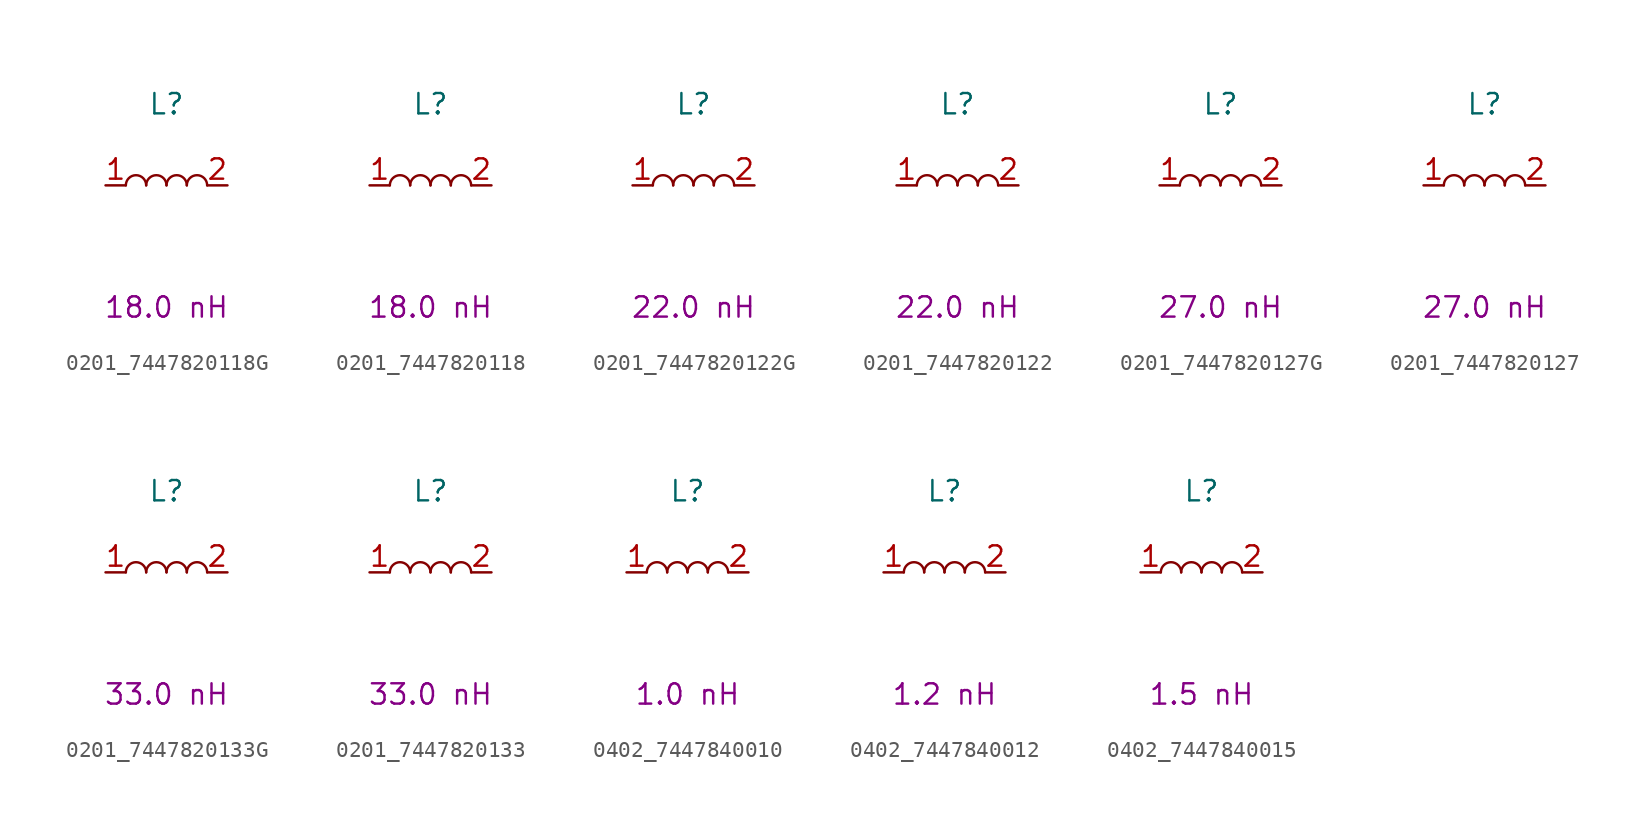
<source format=kicad_sym>
(kicad_symbol_lib
  (version 20220914)
  (generator kicad_symbol_editor)
  (symbol "0201_7447820118G"
    (pin_names hide)
    (property "Reference" "L"
      (at 0 5.08 0)
      (effects (font (size 1.27 1.27))))
    (property "Critical Parameter" "18.0 nH"
      (at 0 -7.62 0)
      (effects (font (size 1.27 1.27))))
    (symbol "0201_7447820118G_0_1"
      (arc (start -1.27 0) (mid -1.905 0.6323) (end -2.54 0) (stroke (width 0) (type default)) (fill (type none)))
      (arc (start 0 0) (mid -0.635 0.6323) (end -1.27 0) (stroke (width 0) (type default)) (fill (type none)))
      (arc (start 1.27 0) (mid 0.635 0.6323) (end 0 0) (stroke (width 0) (type default)) (fill (type none)))
      (arc (start 2.54 0) (mid 1.905 0.6323) (end 1.27 0) (stroke (width 0) (type default)) (fill (type none))))
    (symbol "0201_7447820118G_1_1"
      (pin passive line (at -3.81 0 0) (length 1.27) (name "1" (effects (font (size 1.27 1.27)))) (number "1" (effects (font (size 1.27 1.27)))))
      (pin passive line (at 3.81 0 180) (length 1.27) (name "2" (effects (font (size 1.27 1.27)))) (number "2" (effects (font (size 1.27 1.27)))))))
  (symbol "0201_7447820118"
    (pin_names hide)
    (property "Reference" "L"
      (at 0 5.08 0)
      (effects (font (size 1.27 1.27))))
    (property "Critical Parameter" "18.0 nH"
      (at 0 -7.62 0)
      (effects (font (size 1.27 1.27))))
    (symbol "0201_7447820118_0_1"
      (arc (start -1.27 0) (mid -1.905 0.6323) (end -2.54 0) (stroke (width 0) (type default)) (fill (type none)))
      (arc (start 0 0) (mid -0.635 0.6323) (end -1.27 0) (stroke (width 0) (type default)) (fill (type none)))
      (arc (start 1.27 0) (mid 0.635 0.6323) (end 0 0) (stroke (width 0) (type default)) (fill (type none)))
      (arc (start 2.54 0) (mid 1.905 0.6323) (end 1.27 0) (stroke (width 0) (type default)) (fill (type none))))
    (symbol "0201_7447820118_1_1"
      (pin passive line (at -3.81 0 0) (length 1.27) (name "1" (effects (font (size 1.27 1.27)))) (number "1" (effects (font (size 1.27 1.27)))))
      (pin passive line (at 3.81 0 180) (length 1.27) (name "2" (effects (font (size 1.27 1.27)))) (number "2" (effects (font (size 1.27 1.27)))))))
  (symbol "0201_7447820122G"
    (pin_names hide)
    (property "Reference" "L"
      (at 0 5.08 0)
      (effects (font (size 1.27 1.27))))
    (property "Critical Parameter" "22.0 nH"
      (at 0 -7.62 0)
      (effects (font (size 1.27 1.27))))
    (symbol "0201_7447820122G_0_1"
      (arc (start -1.27 0) (mid -1.905 0.6323) (end -2.54 0) (stroke (width 0) (type default)) (fill (type none)))
      (arc (start 0 0) (mid -0.635 0.6323) (end -1.27 0) (stroke (width 0) (type default)) (fill (type none)))
      (arc (start 1.27 0) (mid 0.635 0.6323) (end 0 0) (stroke (width 0) (type default)) (fill (type none)))
      (arc (start 2.54 0) (mid 1.905 0.6323) (end 1.27 0) (stroke (width 0) (type default)) (fill (type none))))
    (symbol "0201_7447820122G_1_1"
      (pin passive line (at -3.81 0 0) (length 1.27) (name "1" (effects (font (size 1.27 1.27)))) (number "1" (effects (font (size 1.27 1.27)))))
      (pin passive line (at 3.81 0 180) (length 1.27) (name "2" (effects (font (size 1.27 1.27)))) (number "2" (effects (font (size 1.27 1.27)))))))
  (symbol "0201_7447820122"
    (pin_names hide)
    (property "Reference" "L"
      (at 0 5.08 0)
      (effects (font (size 1.27 1.27))))
    (property "Critical Parameter" "22.0 nH"
      (at 0 -7.62 0)
      (effects (font (size 1.27 1.27))))
    (symbol "0201_7447820122_0_1"
      (arc (start -1.27 0) (mid -1.905 0.6323) (end -2.54 0) (stroke (width 0) (type default)) (fill (type none)))
      (arc (start 0 0) (mid -0.635 0.6323) (end -1.27 0) (stroke (width 0) (type default)) (fill (type none)))
      (arc (start 1.27 0) (mid 0.635 0.6323) (end 0 0) (stroke (width 0) (type default)) (fill (type none)))
      (arc (start 2.54 0) (mid 1.905 0.6323) (end 1.27 0) (stroke (width 0) (type default)) (fill (type none))))
    (symbol "0201_7447820122_1_1"
      (pin passive line (at -3.81 0 0) (length 1.27) (name "1" (effects (font (size 1.27 1.27)))) (number "1" (effects (font (size 1.27 1.27)))))
      (pin passive line (at 3.81 0 180) (length 1.27) (name "2" (effects (font (size 1.27 1.27)))) (number "2" (effects (font (size 1.27 1.27)))))))
  (symbol "0201_7447820127G"
    (pin_names hide)
    (property "Reference" "L"
      (at 0 5.08 0)
      (effects (font (size 1.27 1.27))))
    (property "Critical Parameter" "27.0 nH"
      (at 0 -7.62 0)
      (effects (font (size 1.27 1.27))))
    (symbol "0201_7447820127G_0_1"
      (arc (start -1.27 0) (mid -1.905 0.6323) (end -2.54 0) (stroke (width 0) (type default)) (fill (type none)))
      (arc (start 0 0) (mid -0.635 0.6323) (end -1.27 0) (stroke (width 0) (type default)) (fill (type none)))
      (arc (start 1.27 0) (mid 0.635 0.6323) (end 0 0) (stroke (width 0) (type default)) (fill (type none)))
      (arc (start 2.54 0) (mid 1.905 0.6323) (end 1.27 0) (stroke (width 0) (type default)) (fill (type none))))
    (symbol "0201_7447820127G_1_1"
      (pin passive line (at -3.81 0 0) (length 1.27) (name "1" (effects (font (size 1.27 1.27)))) (number "1" (effects (font (size 1.27 1.27)))))
      (pin passive line (at 3.81 0 180) (length 1.27) (name "2" (effects (font (size 1.27 1.27)))) (number "2" (effects (font (size 1.27 1.27)))))))
  (symbol "0201_7447820127"
    (pin_names hide)
    (property "Reference" "L"
      (at 0 5.08 0)
      (effects (font (size 1.27 1.27))))
    (property "Critical Parameter" "27.0 nH"
      (at 0 -7.62 0)
      (effects (font (size 1.27 1.27))))
    (symbol "0201_7447820127_0_1"
      (arc (start -1.27 0) (mid -1.905 0.6323) (end -2.54 0) (stroke (width 0) (type default)) (fill (type none)))
      (arc (start 0 0) (mid -0.635 0.6323) (end -1.27 0) (stroke (width 0) (type default)) (fill (type none)))
      (arc (start 1.27 0) (mid 0.635 0.6323) (end 0 0) (stroke (width 0) (type default)) (fill (type none)))
      (arc (start 2.54 0) (mid 1.905 0.6323) (end 1.27 0) (stroke (width 0) (type default)) (fill (type none))))
    (symbol "0201_7447820127_1_1"
      (pin passive line (at -3.81 0 0) (length 1.27) (name "1" (effects (font (size 1.27 1.27)))) (number "1" (effects (font (size 1.27 1.27)))))
      (pin passive line (at 3.81 0 180) (length 1.27) (name "2" (effects (font (size 1.27 1.27)))) (number "2" (effects (font (size 1.27 1.27)))))))
  (symbol "0201_7447820133G"
    (pin_names hide)
    (property "Reference" "L"
      (at 0 5.08 0)
      (effects (font (size 1.27 1.27))))
    (property "Critical Parameter" "33.0 nH"
      (at 0 -7.62 0)
      (effects (font (size 1.27 1.27))))
    (symbol "0201_7447820133G_0_1"
      (arc (start -1.27 0) (mid -1.905 0.6323) (end -2.54 0) (stroke (width 0) (type default)) (fill (type none)))
      (arc (start 0 0) (mid -0.635 0.6323) (end -1.27 0) (stroke (width 0) (type default)) (fill (type none)))
      (arc (start 1.27 0) (mid 0.635 0.6323) (end 0 0) (stroke (width 0) (type default)) (fill (type none)))
      (arc (start 2.54 0) (mid 1.905 0.6323) (end 1.27 0) (stroke (width 0) (type default)) (fill (type none))))
    (symbol "0201_7447820133G_1_1"
      (pin passive line (at -3.81 0 0) (length 1.27) (name "1" (effects (font (size 1.27 1.27)))) (number "1" (effects (font (size 1.27 1.27)))))
      (pin passive line (at 3.81 0 180) (length 1.27) (name "2" (effects (font (size 1.27 1.27)))) (number "2" (effects (font (size 1.27 1.27)))))))
  (symbol "0201_7447820133"
    (pin_names hide)
    (property "Reference" "L"
      (at 0 5.08 0)
      (effects (font (size 1.27 1.27))))
    (property "Critical Parameter" "33.0 nH"
      (at 0 -7.62 0)
      (effects (font (size 1.27 1.27))))
    (symbol "0201_7447820133_0_1"
      (arc (start -1.27 0) (mid -1.905 0.6323) (end -2.54 0) (stroke (width 0) (type default)) (fill (type none)))
      (arc (start 0 0) (mid -0.635 0.6323) (end -1.27 0) (stroke (width 0) (type default)) (fill (type none)))
      (arc (start 1.27 0) (mid 0.635 0.6323) (end 0 0) (stroke (width 0) (type default)) (fill (type none)))
      (arc (start 2.54 0) (mid 1.905 0.6323) (end 1.27 0) (stroke (width 0) (type default)) (fill (type none))))
    (symbol "0201_7447820133_1_1"
      (pin passive line (at -3.81 0 0) (length 1.27) (name "1" (effects (font (size 1.27 1.27)))) (number "1" (effects (font (size 1.27 1.27)))))
      (pin passive line (at 3.81 0 180) (length 1.27) (name "2" (effects (font (size 1.27 1.27)))) (number "2" (effects (font (size 1.27 1.27)))))))
  (symbol "0402_7447840010"
    (pin_names hide)
    (property "Reference" "L"
      (at 0 5.08 0)
      (effects (font (size 1.27 1.27))))
    (property "Critical Parameter" "1.0 nH"
      (at 0 -7.62 0)
      (effects (font (size 1.27 1.27))))
    (symbol "0402_7447840010_0_1"
      (arc (start -1.27 0) (mid -1.905 0.6323) (end -2.54 0) (stroke (width 0) (type default)) (fill (type none)))
      (arc (start 0 0) (mid -0.635 0.6323) (end -1.27 0) (stroke (width 0) (type default)) (fill (type none)))
      (arc (start 1.27 0) (mid 0.635 0.6323) (end 0 0) (stroke (width 0) (type default)) (fill (type none)))
      (arc (start 2.54 0) (mid 1.905 0.6323) (end 1.27 0) (stroke (width 0) (type default)) (fill (type none))))
    (symbol "0402_7447840010_1_1"
      (pin passive line (at -3.81 0 0) (length 1.27) (name "1" (effects (font (size 1.27 1.27)))) (number "1" (effects (font (size 1.27 1.27)))))
      (pin passive line (at 3.81 0 180) (length 1.27) (name "2" (effects (font (size 1.27 1.27)))) (number "2" (effects (font (size 1.27 1.27)))))))
  (symbol "0402_7447840012"
    (pin_names hide)
    (property "Reference" "L"
      (at 0 5.08 0)
      (effects (font (size 1.27 1.27))))
    (property "Critical Parameter" "1.2 nH"
      (at 0 -7.62 0)
      (effects (font (size 1.27 1.27))))
    (symbol "0402_7447840012_0_1"
      (arc (start -1.27 0) (mid -1.905 0.6323) (end -2.54 0) (stroke (width 0) (type default)) (fill (type none)))
      (arc (start 0 0) (mid -0.635 0.6323) (end -1.27 0) (stroke (width 0) (type default)) (fill (type none)))
      (arc (start 1.27 0) (mid 0.635 0.6323) (end 0 0) (stroke (width 0) (type default)) (fill (type none)))
      (arc (start 2.54 0) (mid 1.905 0.6323) (end 1.27 0) (stroke (width 0) (type default)) (fill (type none))))
    (symbol "0402_7447840012_1_1"
      (pin passive line (at -3.81 0 0) (length 1.27) (name "1" (effects (font (size 1.27 1.27)))) (number "1" (effects (font (size 1.27 1.27)))))
      (pin passive line (at 3.81 0 180) (length 1.27) (name "2" (effects (font (size 1.27 1.27)))) (number "2" (effects (font (size 1.27 1.27)))))))
  (symbol "0402_7447840015"
    (pin_names hide)
    (property "Reference" "L"
      (at 0 5.08 0)
      (effects (font (size 1.27 1.27))))
    (property "Critical Parameter" "1.5 nH"
      (at 0 -7.62 0)
      (effects (font (size 1.27 1.27))))
    (symbol "0402_7447840015_0_1"
      (arc (start -1.27 0) (mid -1.905 0.6323) (end -2.54 0) (stroke (width 0) (type default)) (fill (type none)))
      (arc (start 0 0) (mid -0.635 0.6323) (end -1.27 0) (stroke (width 0) (type default)) (fill (type none)))
      (arc (start 1.27 0) (mid 0.635 0.6323) (end 0 0) (stroke (width 0) (type default)) (fill (type none)))
      (arc (start 2.54 0) (mid 1.905 0.6323) (end 1.27 0) (stroke (width 0) (type default)) (fill (type none))))
    (symbol "0402_7447840015_1_1"
      (pin passive line (at -3.81 0 0) (length 1.27) (name "1" (effects (font (size 1.27 1.27)))) (number "1" (effects (font (size 1.27 1.27)))))
      (pin passive line (at 3.81 0 180) (length 1.27) (name "2" (effects (font (size 1.27 1.27)))) (number "2" (effects (font (size 1.27 1.27))))))))
</source>
